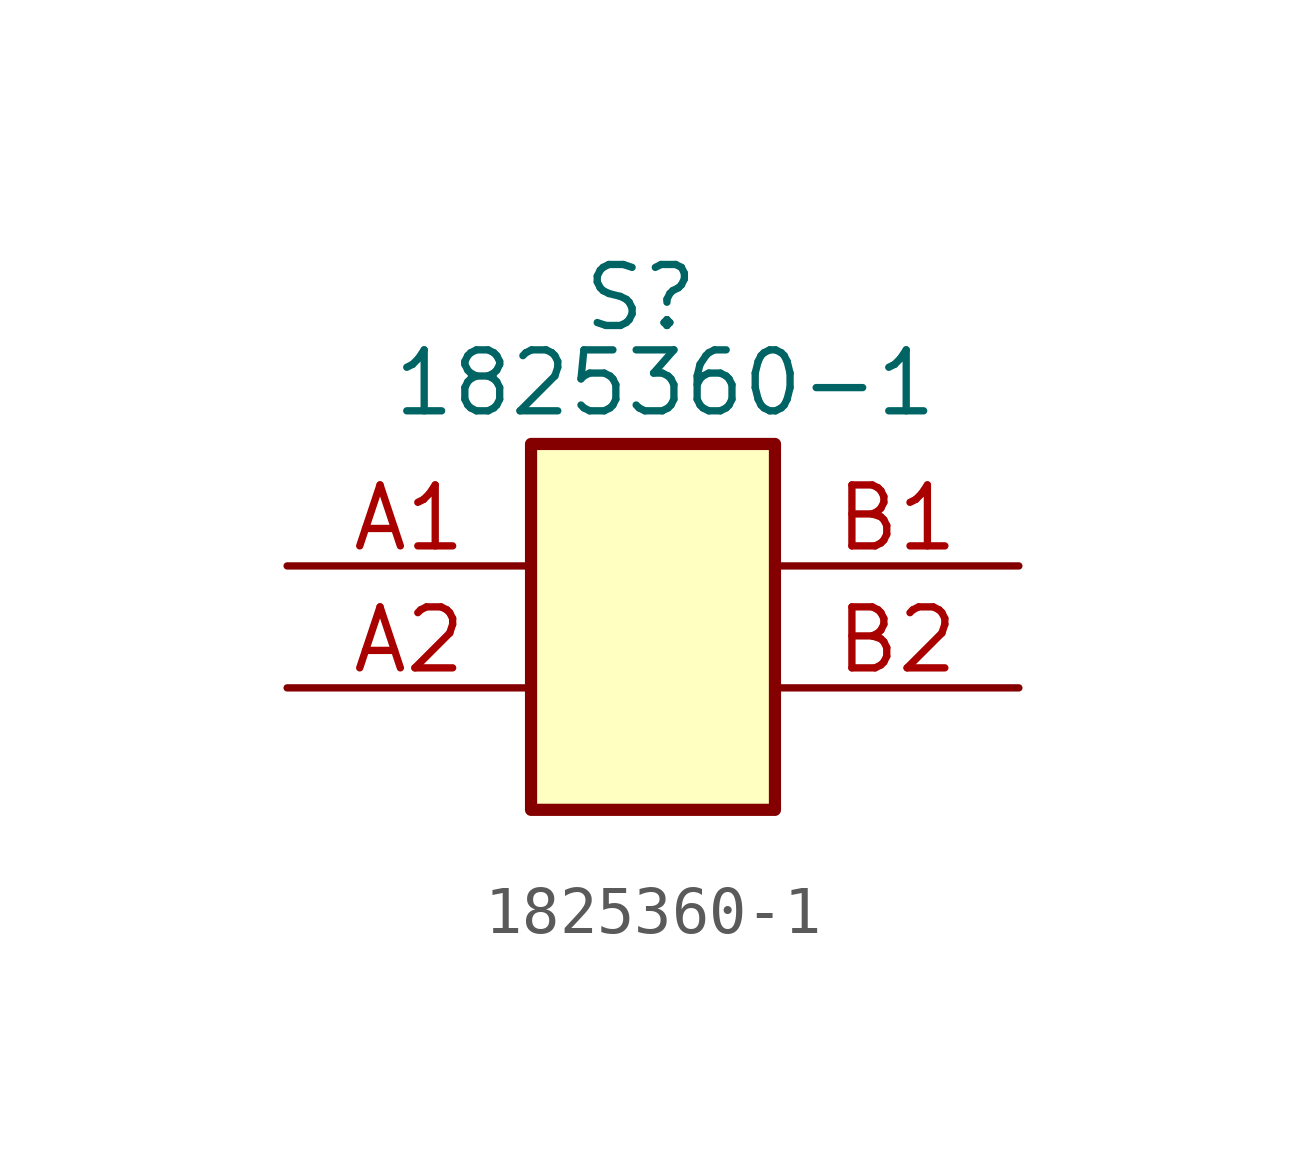
<source format=kicad_sym>
(kicad_symbol_lib
  (version 20241209)
  (generator "kicad_symbol_editor")
  (generator_version "9.0")
  (symbol "1825360-1"
    (property "Reference" "S"
      (at 7.366 5.588 0)
      (effects (font (size 1.27 1.27))))
    (property "Value" "1825360-1"
      (at 7.874 3.81 0)
      (effects (font (size 1.27 1.27))))
    (symbol "1825360-1_1_1"
      (rectangle (start 5.08 2.54) (end 10.16 -5.08) (stroke (width 0.254) (type default)) (fill (type background)))
      (pin passive line (at 0 0 0) (length 5.08) (name "" (effects (font (size 1.27 1.27)))) (number "A1" (effects (font (size 1.27 1.27)))))
      (pin passive line (at 0 -2.54 0) (length 5.08) (name "" (effects (font (size 1.27 1.27)))) (number "A2" (effects (font (size 1.27 1.27)))))
      (pin passive line (at 15.24 0 180) (length 5.08) (name "" (effects (font (size 1.27 1.27)))) (number "B1" (effects (font (size 1.27 1.27)))))
      (pin passive line (at 15.24 -2.54 180) (length 5.08) (name "" (effects (font (size 1.27 1.27)))) (number "B2" (effects (font (size 1.27 1.27))))))))
</source>
